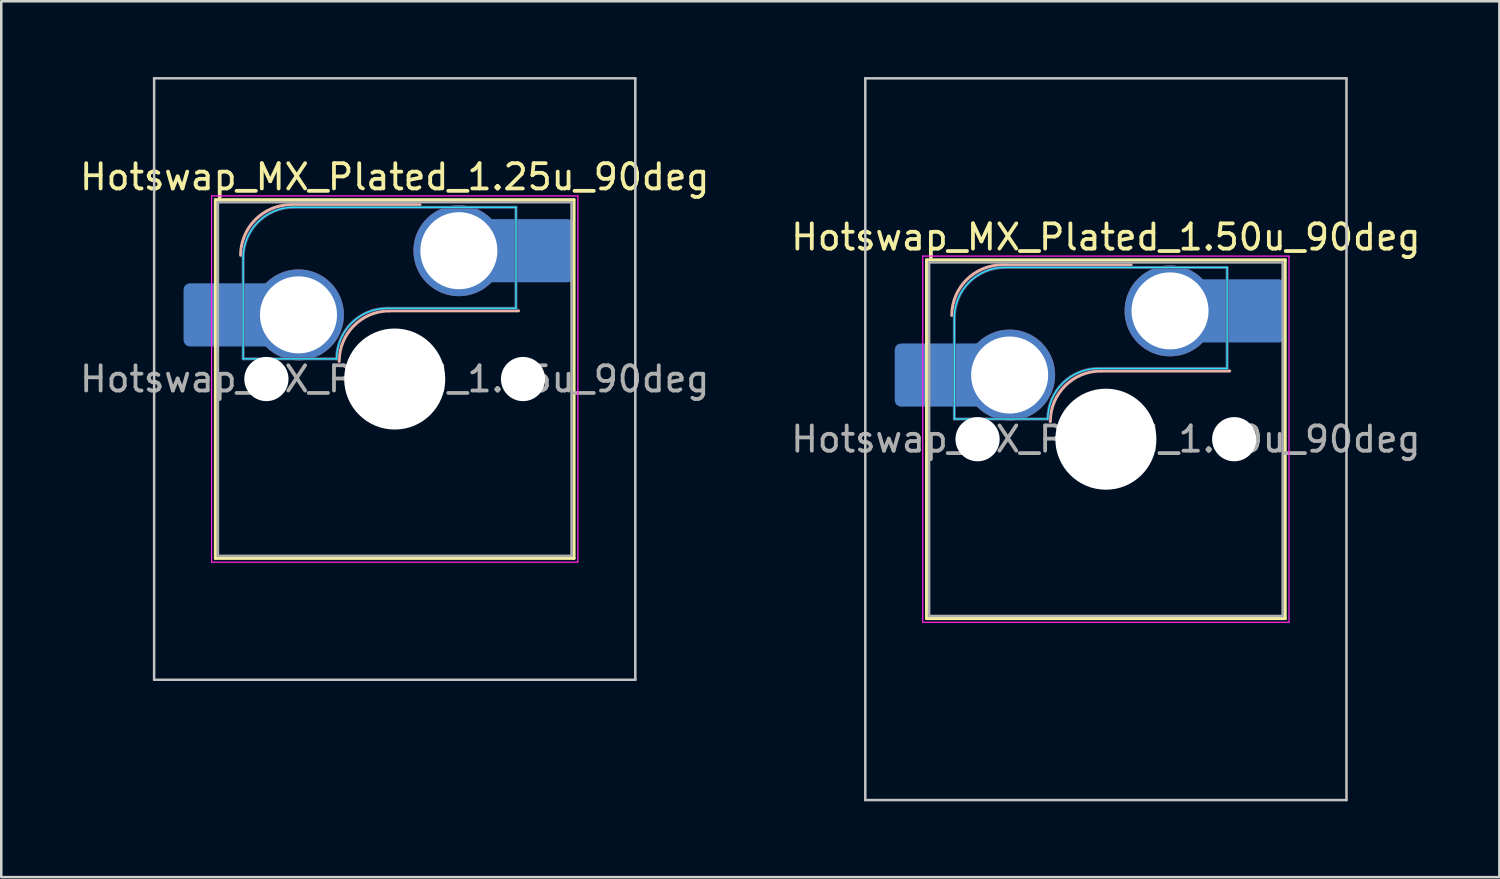
<source format=kicad_pcb>
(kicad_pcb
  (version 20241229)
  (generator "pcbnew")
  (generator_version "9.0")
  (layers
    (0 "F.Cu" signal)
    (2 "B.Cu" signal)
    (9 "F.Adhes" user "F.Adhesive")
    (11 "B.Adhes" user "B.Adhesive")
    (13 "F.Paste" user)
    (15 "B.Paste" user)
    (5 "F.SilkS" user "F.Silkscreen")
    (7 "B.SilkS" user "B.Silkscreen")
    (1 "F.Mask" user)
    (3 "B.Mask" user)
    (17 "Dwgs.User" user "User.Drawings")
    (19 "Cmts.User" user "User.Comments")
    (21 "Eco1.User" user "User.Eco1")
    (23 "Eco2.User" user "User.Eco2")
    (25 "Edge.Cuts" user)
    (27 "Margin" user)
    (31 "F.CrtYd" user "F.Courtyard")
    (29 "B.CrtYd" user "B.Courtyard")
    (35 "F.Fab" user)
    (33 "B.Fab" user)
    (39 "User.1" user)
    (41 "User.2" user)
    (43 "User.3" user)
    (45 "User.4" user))
  (footprint "Hotswap_MX_Plated_1.25u_90deg"
    (layer "F.Cu")
    (at 12.577 11.956)
    (property "Reference" "Hotswap_MX_Plated_1.25u_90deg" (at 0 -8 0) (layer "F.SilkS") (effects (font (size 1 1) (thickness 0.15))))
    (attr smd)
    (fp_line (start -7.1 -7.1) (end -7.1 7.1) (stroke (width 0.12) (type solid)) (layer "F.SilkS"))
    (fp_line (start -7.1 7.1) (end 7.1 7.1) (stroke (width 0.12) (type solid)) (layer "F.SilkS"))
    (fp_line (start 7.1 -7.1) (end -7.1 -7.1) (stroke (width 0.12) (type solid)) (layer "F.SilkS"))
    (fp_line (start 7.1 7.1) (end 7.1 -7.1) (stroke (width 0.12) (type solid)) (layer "F.SilkS"))
    (fp_line (start -4.1 -6.9) (end 1 -6.9) (stroke (width 0.12) (type solid)) (layer "B.SilkS"))
    (fp_line (start -0.2 -2.7) (end 4.9 -2.7) (stroke (width 0.12) (type solid)) (layer "B.SilkS"))
    (fp_arc (start -6.1 -4.9) (mid -5.514214 -6.314214) (end -4.1 -6.9) (stroke (width 0.12) (type solid)) (layer "B.SilkS"))
    (fp_arc (start -2.2 -0.7) (mid -1.614214 -2.114214) (end -0.2 -2.7) (stroke (width 0.12) (type solid)) (layer "B.SilkS"))
    (fp_line (start -9.525 -11.906) (end 9.525 -11.906) (stroke (width 0.1) (type solid)) (layer "Dwgs.User"))
    (fp_line (start -9.525 11.906) (end -9.525 -11.906) (stroke (width 0.1) (type solid)) (layer "Dwgs.User"))
    (fp_line (start 9.525 -11.906) (end 9.525 11.906) (stroke (width 0.1) (type solid)) (layer "Dwgs.User"))
    (fp_line (start 9.525 11.906) (end -9.525 11.906) (stroke (width 0.1) (type solid)) (layer "Dwgs.User"))
    (fp_line (start -7.8 -6) (end -7 -6) (stroke (width 0.1) (type solid)) (layer "Eco1.User"))
    (fp_line (start -7.8 -2.9) (end -7.8 -6) (stroke (width 0.1) (type solid)) (layer "Eco1.User"))
    (fp_line (start -7.8 2.9) (end -7 2.9) (stroke (width 0.1) (type solid)) (layer "Eco1.User"))
    (fp_line (start -7.8 6) (end -7.8 2.9) (stroke (width 0.1) (type solid)) (layer "Eco1.User"))
    (fp_line (start -7 -7) (end 7 -7) (stroke (width 0.1) (type solid)) (layer "Eco1.User"))
    (fp_line (start -7 -6) (end -7 -7) (stroke (width 0.1) (type solid)) (layer "Eco1.User"))
    (fp_line (start -7 -2.9) (end -7.8 -2.9) (stroke (width 0.1) (type solid)) (layer "Eco1.User"))
    (fp_line (start -7 2.9) (end -7 -2.9) (stroke (width 0.1) (type solid)) (layer "Eco1.User"))
    (fp_line (start -7 6) (end -7.8 6) (stroke (width 0.1) (type solid)) (layer "Eco1.User"))
    (fp_line (start -7 7) (end -7 6) (stroke (width 0.1) (type solid)) (layer "Eco1.User"))
    (fp_line (start 7 -7) (end 7 -6) (stroke (width 0.1) (type solid)) (layer "Eco1.User"))
    (fp_line (start 7 -6) (end 7.8 -6) (stroke (width 0.1) (type solid)) (layer "Eco1.User"))
    (fp_line (start 7 -2.9) (end 7 2.9) (stroke (width 0.1) (type solid)) (layer "Eco1.User"))
    (fp_line (start 7 2.9) (end 7.8 2.9) (stroke (width 0.1) (type solid)) (layer "Eco1.User"))
    (fp_line (start 7 6) (end 7 7) (stroke (width 0.1) (type solid)) (layer "Eco1.User"))
    (fp_line (start 7 7) (end -7 7) (stroke (width 0.1) (type solid)) (layer "Eco1.User"))
    (fp_line (start 7.8 -6) (end 7.8 -2.9) (stroke (width 0.1) (type solid)) (layer "Eco1.User"))
    (fp_line (start 7.8 -2.9) (end 7 -2.9) (stroke (width 0.1) (type solid)) (layer "Eco1.User"))
    (fp_line (start 7.8 2.9) (end 7.8 6) (stroke (width 0.1) (type solid)) (layer "Eco1.User"))
    (fp_line (start 7.8 6) (end 7 6) (stroke (width 0.1) (type solid)) (layer "Eco1.User"))
    (fp_line (start -6 -0.8) (end -6 -4.8) (stroke (width 0.05) (type solid)) (layer "B.CrtYd"))
    (fp_line (start -6 -0.8) (end -2.3 -0.8) (stroke (width 0.05) (type solid)) (layer "B.CrtYd"))
    (fp_line (start -4 -6.8) (end 4.8 -6.8) (stroke (width 0.05) (type solid)) (layer "B.CrtYd"))
    (fp_line (start -0.3 -2.8) (end 4.8 -2.8) (stroke (width 0.05) (type solid)) (layer "B.CrtYd"))
    (fp_line (start 4.8 -6.8) (end 4.8 -2.8) (stroke (width 0.05) (type solid)) (layer "B.CrtYd"))
    (fp_arc (start -6 -4.8) (mid -5.414214 -6.214214) (end -4 -6.8) (stroke (width 0.05) (type solid)) (layer "B.CrtYd"))
    (fp_arc (start -2.3 -0.8) (mid -1.714214 -2.214214) (end -0.3 -2.8) (stroke (width 0.05) (type solid)) (layer "B.CrtYd"))
    (fp_line (start -7.25 -7.25) (end -7.25 7.25) (stroke (width 0.05) (type solid)) (layer "F.CrtYd"))
    (fp_line (start -7.25 7.25) (end 7.25 7.25) (stroke (width 0.05) (type solid)) (layer "F.CrtYd"))
    (fp_line (start 7.25 -7.25) (end -7.25 -7.25) (stroke (width 0.05) (type solid)) (layer "F.CrtYd"))
    (fp_line (start 7.25 7.25) (end 7.25 -7.25) (stroke (width 0.05) (type solid)) (layer "F.CrtYd"))
    (fp_line (start -6 -0.8) (end -6 -4.8) (stroke (width 0.12) (type solid)) (layer "B.Fab"))
    (fp_line (start -6 -0.8) (end -2.3 -0.8) (stroke (width 0.12) (type solid)) (layer "B.Fab"))
    (fp_line (start -4 -6.8) (end 4.8 -6.8) (stroke (width 0.12) (type solid)) (layer "B.Fab"))
    (fp_line (start -0.3 -2.8) (end 4.8 -2.8) (stroke (width 0.12) (type solid)) (layer "B.Fab"))
    (fp_line (start 4.8 -6.8) (end 4.8 -2.8) (stroke (width 0.12) (type solid)) (layer "B.Fab"))
    (fp_arc (start -6 -4.8) (mid -5.414214 -6.214214) (end -4 -6.8) (stroke (width 0.12) (type solid)) (layer "B.Fab"))
    (fp_arc (start -2.3 -0.8) (mid -1.714214 -2.214214) (end -0.3 -2.8) (stroke (width 0.12) (type solid)) (layer "B.Fab"))
    (fp_line (start -7 -7) (end -7 7) (stroke (width 0.1) (type solid)) (layer "F.Fab"))
    (fp_line (start -7 7) (end 7 7) (stroke (width 0.1) (type solid)) (layer "F.Fab"))
    (fp_line (start 7 -7) (end -7 -7) (stroke (width 0.1) (type solid)) (layer "F.Fab"))
    (fp_line (start 7 7) (end 7 -7) (stroke (width 0.1) (type solid)) (layer "F.Fab"))
    (fp_text user "${REFERENCE}" (at 0 0 0) (layer "F.Fab") (effects (font (size 1 1) (thickness 0.15))))
    (pad "" smd roundrect (at -7.085 -2.54) (size 2.55 2.5) (layers "B.Mask" "B.Paste") (roundrect_rratio 0.1))
    (pad "" np_thru_hole circle (at -5.08 0) (size 1.75 1.75) (drill 1.75) (layers "*.Cu" "*.Mask"))
    (pad "" np_thru_hole circle (at 0 0) (size 4 4) (drill 4) (layers "*.Cu" "*.Mask"))
    (pad "" np_thru_hole circle (at 5.08 0) (size 1.75 1.75) (drill 1.75) (layers "*.Cu" "*.Mask"))
    (pad "" smd roundrect (at 5.842 -5.08) (size 2.55 2.5) (layers "B.Mask" "B.Paste") (roundrect_rratio 0.1))
    (pad "1" smd roundrect (at -6.585 -2.54) (size 3.55 2.5) (layers "B.Cu") (roundrect_rratio 0.1))
    (pad "1" thru_hole circle (at -3.81 -2.54) (size 3.6 3.6) (drill 3.05) (layers "*.Cu" "*.Mask"))
    (pad "2" thru_hole circle (at 2.54 -5.08) (size 3.6 3.6) (drill 3.05) (layers "*.Cu" "*.Mask"))
    (pad "2" smd roundrect (at 5.32 -5.08) (size 3.55 2.5) (layers "B.Cu") (roundrect_rratio 0.1)))
  (footprint "Hotswap_MX_Plated_1.50u_90deg"
    (layer "F.Cu")
    (at 40.732 14.338)
    (property "Reference" "Hotswap_MX_Plated_1.50u_90deg" (at 0 -8 0) (layer "F.SilkS") (effects (font (size 1 1) (thickness 0.15))))
    (attr smd)
    (fp_line (start -7.1 -7.1) (end -7.1 7.1) (stroke (width 0.12) (type solid)) (layer "F.SilkS"))
    (fp_line (start -7.1 7.1) (end 7.1 7.1) (stroke (width 0.12) (type solid)) (layer "F.SilkS"))
    (fp_line (start 7.1 -7.1) (end -7.1 -7.1) (stroke (width 0.12) (type solid)) (layer "F.SilkS"))
    (fp_line (start 7.1 7.1) (end 7.1 -7.1) (stroke (width 0.12) (type solid)) (layer "F.SilkS"))
    (fp_line (start -4.1 -6.9) (end 1 -6.9) (stroke (width 0.12) (type solid)) (layer "B.SilkS"))
    (fp_line (start -0.2 -2.7) (end 4.9 -2.7) (stroke (width 0.12) (type solid)) (layer "B.SilkS"))
    (fp_arc (start -6.1 -4.9) (mid -5.514214 -6.314214) (end -4.1 -6.9) (stroke (width 0.12) (type solid)) (layer "B.SilkS"))
    (fp_arc (start -2.2 -0.7) (mid -1.614214 -2.114214) (end -0.2 -2.7) (stroke (width 0.12) (type solid)) (layer "B.SilkS"))
    (fp_line (start -9.525 -14.287) (end 9.525 -14.287) (stroke (width 0.1) (type solid)) (layer "Dwgs.User"))
    (fp_line (start -9.525 14.287) (end -9.525 -14.287) (stroke (width 0.1) (type solid)) (layer "Dwgs.User"))
    (fp_line (start 9.525 -14.287) (end 9.525 14.287) (stroke (width 0.1) (type solid)) (layer "Dwgs.User"))
    (fp_line (start 9.525 14.287) (end -9.525 14.287) (stroke (width 0.1) (type solid)) (layer "Dwgs.User"))
    (fp_line (start -7.8 -6) (end -7 -6) (stroke (width 0.1) (type solid)) (layer "Eco1.User"))
    (fp_line (start -7.8 -2.9) (end -7.8 -6) (stroke (width 0.1) (type solid)) (layer "Eco1.User"))
    (fp_line (start -7.8 2.9) (end -7 2.9) (stroke (width 0.1) (type solid)) (layer "Eco1.User"))
    (fp_line (start -7.8 6) (end -7.8 2.9) (stroke (width 0.1) (type solid)) (layer "Eco1.User"))
    (fp_line (start -7 -7) (end 7 -7) (stroke (width 0.1) (type solid)) (layer "Eco1.User"))
    (fp_line (start -7 -6) (end -7 -7) (stroke (width 0.1) (type solid)) (layer "Eco1.User"))
    (fp_line (start -7 -2.9) (end -7.8 -2.9) (stroke (width 0.1) (type solid)) (layer "Eco1.User"))
    (fp_line (start -7 2.9) (end -7 -2.9) (stroke (width 0.1) (type solid)) (layer "Eco1.User"))
    (fp_line (start -7 6) (end -7.8 6) (stroke (width 0.1) (type solid)) (layer "Eco1.User"))
    (fp_line (start -7 7) (end -7 6) (stroke (width 0.1) (type solid)) (layer "Eco1.User"))
    (fp_line (start 7 -7) (end 7 -6) (stroke (width 0.1) (type solid)) (layer "Eco1.User"))
    (fp_line (start 7 -6) (end 7.8 -6) (stroke (width 0.1) (type solid)) (layer "Eco1.User"))
    (fp_line (start 7 -2.9) (end 7 2.9) (stroke (width 0.1) (type solid)) (layer "Eco1.User"))
    (fp_line (start 7 2.9) (end 7.8 2.9) (stroke (width 0.1) (type solid)) (layer "Eco1.User"))
    (fp_line (start 7 6) (end 7 7) (stroke (width 0.1) (type solid)) (layer "Eco1.User"))
    (fp_line (start 7 7) (end -7 7) (stroke (width 0.1) (type solid)) (layer "Eco1.User"))
    (fp_line (start 7.8 -6) (end 7.8 -2.9) (stroke (width 0.1) (type solid)) (layer "Eco1.User"))
    (fp_line (start 7.8 -2.9) (end 7 -2.9) (stroke (width 0.1) (type solid)) (layer "Eco1.User"))
    (fp_line (start 7.8 2.9) (end 7.8 6) (stroke (width 0.1) (type solid)) (layer "Eco1.User"))
    (fp_line (start 7.8 6) (end 7 6) (stroke (width 0.1) (type solid)) (layer "Eco1.User"))
    (fp_line (start -6 -0.8) (end -6 -4.8) (stroke (width 0.05) (type solid)) (layer "B.CrtYd"))
    (fp_line (start -6 -0.8) (end -2.3 -0.8) (stroke (width 0.05) (type solid)) (layer "B.CrtYd"))
    (fp_line (start -4 -6.8) (end 4.8 -6.8) (stroke (width 0.05) (type solid)) (layer "B.CrtYd"))
    (fp_line (start -0.3 -2.8) (end 4.8 -2.8) (stroke (width 0.05) (type solid)) (layer "B.CrtYd"))
    (fp_line (start 4.8 -6.8) (end 4.8 -2.8) (stroke (width 0.05) (type solid)) (layer "B.CrtYd"))
    (fp_arc (start -6 -4.8) (mid -5.414214 -6.214214) (end -4 -6.8) (stroke (width 0.05) (type solid)) (layer "B.CrtYd"))
    (fp_arc (start -2.3 -0.8) (mid -1.714214 -2.214214) (end -0.3 -2.8) (stroke (width 0.05) (type solid)) (layer "B.CrtYd"))
    (fp_line (start -7.25 -7.25) (end -7.25 7.25) (stroke (width 0.05) (type solid)) (layer "F.CrtYd"))
    (fp_line (start -7.25 7.25) (end 7.25 7.25) (stroke (width 0.05) (type solid)) (layer "F.CrtYd"))
    (fp_line (start 7.25 -7.25) (end -7.25 -7.25) (stroke (width 0.05) (type solid)) (layer "F.CrtYd"))
    (fp_line (start 7.25 7.25) (end 7.25 -7.25) (stroke (width 0.05) (type solid)) (layer "F.CrtYd"))
    (fp_line (start -6 -0.8) (end -6 -4.8) (stroke (width 0.12) (type solid)) (layer "B.Fab"))
    (fp_line (start -6 -0.8) (end -2.3 -0.8) (stroke (width 0.12) (type solid)) (layer "B.Fab"))
    (fp_line (start -4 -6.8) (end 4.8 -6.8) (stroke (width 0.12) (type solid)) (layer "B.Fab"))
    (fp_line (start -0.3 -2.8) (end 4.8 -2.8) (stroke (width 0.12) (type solid)) (layer "B.Fab"))
    (fp_line (start 4.8 -6.8) (end 4.8 -2.8) (stroke (width 0.12) (type solid)) (layer "B.Fab"))
    (fp_arc (start -6 -4.8) (mid -5.414214 -6.214214) (end -4 -6.8) (stroke (width 0.12) (type solid)) (layer "B.Fab"))
    (fp_arc (start -2.3 -0.8) (mid -1.714214 -2.214214) (end -0.3 -2.8) (stroke (width 0.12) (type solid)) (layer "B.Fab"))
    (fp_line (start -7 -7) (end -7 7) (stroke (width 0.1) (type solid)) (layer "F.Fab"))
    (fp_line (start -7 7) (end 7 7) (stroke (width 0.1) (type solid)) (layer "F.Fab"))
    (fp_line (start 7 -7) (end -7 -7) (stroke (width 0.1) (type solid)) (layer "F.Fab"))
    (fp_line (start 7 7) (end 7 -7) (stroke (width 0.1) (type solid)) (layer "F.Fab"))
    (fp_text user "${REFERENCE}" (at 0 0 0) (layer "F.Fab") (effects (font (size 1 1) (thickness 0.15))))
    (pad "" smd roundrect (at -7.085 -2.54) (size 2.55 2.5) (layers "B.Mask" "B.Paste") (roundrect_rratio 0.1))
    (pad "" np_thru_hole circle (at -5.08 0) (size 1.75 1.75) (drill 1.75) (layers "*.Cu" "*.Mask"))
    (pad "" np_thru_hole circle (at 0 0) (size 4 4) (drill 4) (layers "*.Cu" "*.Mask"))
    (pad "" np_thru_hole circle (at 5.08 0) (size 1.75 1.75) (drill 1.75) (layers "*.Cu" "*.Mask"))
    (pad "" smd roundrect (at 5.842 -5.08) (size 2.55 2.5) (layers "B.Mask" "B.Paste") (roundrect_rratio 0.1))
    (pad "1" smd roundrect (at -6.585 -2.54) (size 3.55 2.5) (layers "B.Cu") (roundrect_rratio 0.1))
    (pad "1" thru_hole circle (at -3.81 -2.54) (size 3.6 3.6) (drill 3.05) (layers "*.Cu" "*.Mask"))
    (pad "2" thru_hole circle (at 2.54 -5.08) (size 3.6 3.6) (drill 3.05) (layers "*.Cu" "*.Mask"))
    (pad "2" smd roundrect (at 5.32 -5.08) (size 3.55 2.5) (layers "B.Cu") (roundrect_rratio 0.1)))
  (gr_rect
    (start -3 -3)
    (end 56.31 31.675)
    (stroke (width 0.1) (type default))
    (fill no)
    (layer "Edge.Cuts")))
</source>
